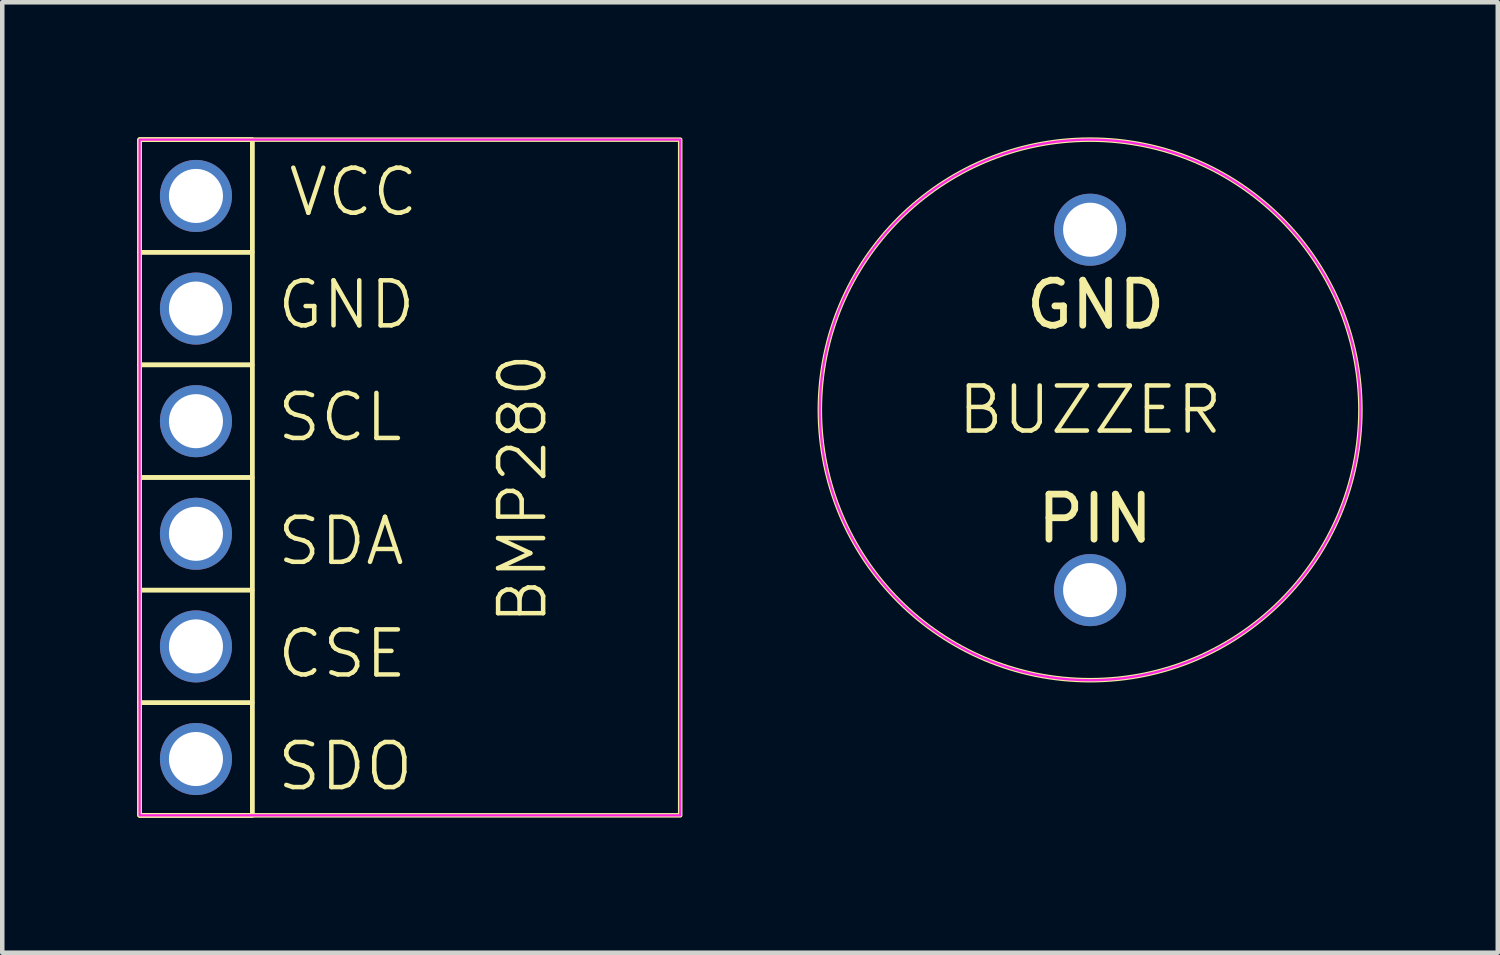
<source format=kicad_pcb>
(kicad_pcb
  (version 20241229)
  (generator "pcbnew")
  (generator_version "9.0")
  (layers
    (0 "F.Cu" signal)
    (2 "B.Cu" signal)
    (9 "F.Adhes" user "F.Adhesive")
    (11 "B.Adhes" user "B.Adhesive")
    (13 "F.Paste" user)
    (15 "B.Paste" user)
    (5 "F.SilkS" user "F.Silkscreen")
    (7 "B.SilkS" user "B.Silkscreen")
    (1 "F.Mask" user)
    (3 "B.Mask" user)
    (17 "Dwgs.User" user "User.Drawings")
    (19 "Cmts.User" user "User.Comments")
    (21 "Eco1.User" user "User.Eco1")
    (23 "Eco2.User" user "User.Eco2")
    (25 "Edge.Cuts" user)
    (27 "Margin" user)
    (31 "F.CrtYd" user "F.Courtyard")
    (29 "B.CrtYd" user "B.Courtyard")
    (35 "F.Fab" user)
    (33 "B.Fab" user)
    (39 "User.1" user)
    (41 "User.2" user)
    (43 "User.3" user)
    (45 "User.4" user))
  (footprint "BUZZER"
    (layer "F.Cu")
    (at 21.15 6.05)
    (property "Reference" "BUZZER" (at 0 0 0) (unlocked yes) (layer "F.SilkS") (effects (font (size 1 1) (thickness 0.1))))
    (attr through_hole)
    (fp_circle (center 0 0) (end 6 0) (stroke (width 0.1) (type default)) (fill no) (layer "F.SilkS"))
    (fp_circle (center 0 0) (end 6 0) (stroke (width 0.05) (type default)) (fill no) (layer "F.CrtYd"))
    (fp_text user "PIN" (at -1.25 3 0) (unlocked yes) (layer "F.SilkS") (effects (font (size 1 1) (thickness 0.15)) (justify left bottom)))
    (fp_text user "GND" (at -1.5 -1.75 0) (unlocked yes) (layer "F.SilkS") (effects (font (size 1 1) (thickness 0.15)) (justify left bottom)))
    (pad "1" thru_hole circle (at 0 -4) (size 1.6 1.6) (drill 1.2) (layers "*.Cu" "*.Mask"))
    (pad "2" thru_hole circle (at 0 4) (size 1.6 1.6) (drill 1.2) (layers "*.Cu" "*.Mask")))
  (footprint "BMP280"
    (layer "F.Cu")
    (at 6.05 7.8)
    (property "Reference" "BMP280" (at 2.5 0 90) (unlocked yes) (layer "F.SilkS") (effects (font (size 1 1) (thickness 0.1))))
    (attr through_hole)
    (fp_rect (start -6 -7.75) (end -3.5 -5.25) (stroke (width 0.1) (type default)) (fill no) (layer "F.SilkS"))
    (fp_rect (start -6 -7.75) (end -3.5 7.25) (stroke (width 0.1) (type default)) (fill no) (layer "F.SilkS"))
    (fp_rect (start -6 -7.75) (end 6 7.25) (stroke (width 0.1) (type default)) (fill no) (layer "F.SilkS"))
    (fp_rect (start -6 -5.25) (end -3.5 -2.75) (stroke (width 0.1) (type default)) (fill no) (layer "F.SilkS"))
    (fp_rect (start -6 -2.75) (end -3.5 -0.25) (stroke (width 0.1) (type default)) (fill no) (layer "F.SilkS"))
    (fp_rect (start -6 -0.25) (end -3.5 2.25) (stroke (width 0.1) (type default)) (fill no) (layer "F.SilkS"))
    (fp_rect (start -6 2.25) (end -3.5 4.75) (stroke (width 0.1) (type default)) (fill no) (layer "F.SilkS"))
    (fp_rect (start -6 4.75) (end -3.5 7.25) (stroke (width 0.1) (type default)) (fill no) (layer "F.SilkS"))
    (fp_rect (start -6 -7.75) (end 6 7.25) (stroke (width 0.05) (type default)) (fill no) (layer "F.CrtYd"))
    (fp_text user "VCC" (at -2.75 -6 0) (unlocked yes) (layer "F.SilkS") (effects (font (size 1 1) (thickness 0.1)) (justify left bottom)))
    (fp_text user "CSE" (at -3 4.25 0) (unlocked yes) (layer "F.SilkS") (effects (font (size 1 1) (thickness 0.1)) (justify left bottom)))
    (fp_text user "SDO" (at -3 6.75 0) (unlocked yes) (layer "F.SilkS") (effects (font (size 1 1) (thickness 0.1)) (justify left bottom)))
    (fp_text user "SDA" (at -3 1.75 0) (unlocked yes) (layer "F.SilkS") (effects (font (size 1 1) (thickness 0.1)) (justify left bottom)))
    (fp_text user "SCL" (at -3 -1 0) (unlocked yes) (layer "F.SilkS") (effects (font (size 1 1) (thickness 0.1)) (justify left bottom)))
    (fp_text user "GND" (at -3 -3.5 0) (unlocked yes) (layer "F.SilkS") (effects (font (size 1 1) (thickness 0.1)) (justify left bottom)))
    (pad "1" thru_hole circle (at -4.75 -6.5 90) (size 1.6 1.6) (drill 1.2) (layers "*.Cu" "*.Mask"))
    (pad "2" thru_hole circle (at -4.75 -4 90) (size 1.6 1.6) (drill 1.2) (layers "*.Cu" "*.Mask"))
    (pad "3" thru_hole circle (at -4.75 -1.5 90) (size 1.6 1.6) (drill 1.2) (layers "*.Cu" "*.Mask"))
    (pad "4" thru_hole circle (at -4.75 1 90) (size 1.6 1.6) (drill 1.2) (layers "*.Cu" "*.Mask"))
    (pad "5" thru_hole circle (at -4.75 3.5 90) (size 1.6 1.6) (drill 1.2) (layers "*.Cu" "*.Mask"))
    (pad "6" thru_hole circle (at -4.75 6 90) (size 1.6 1.6) (drill 1.2) (layers "*.Cu" "*.Mask")))
  (gr_rect
    (start -3 -3)
    (end 30.2 18.1)
    (stroke (width 0.1) (type default))
    (fill no)
    (layer "Edge.Cuts")))
</source>
